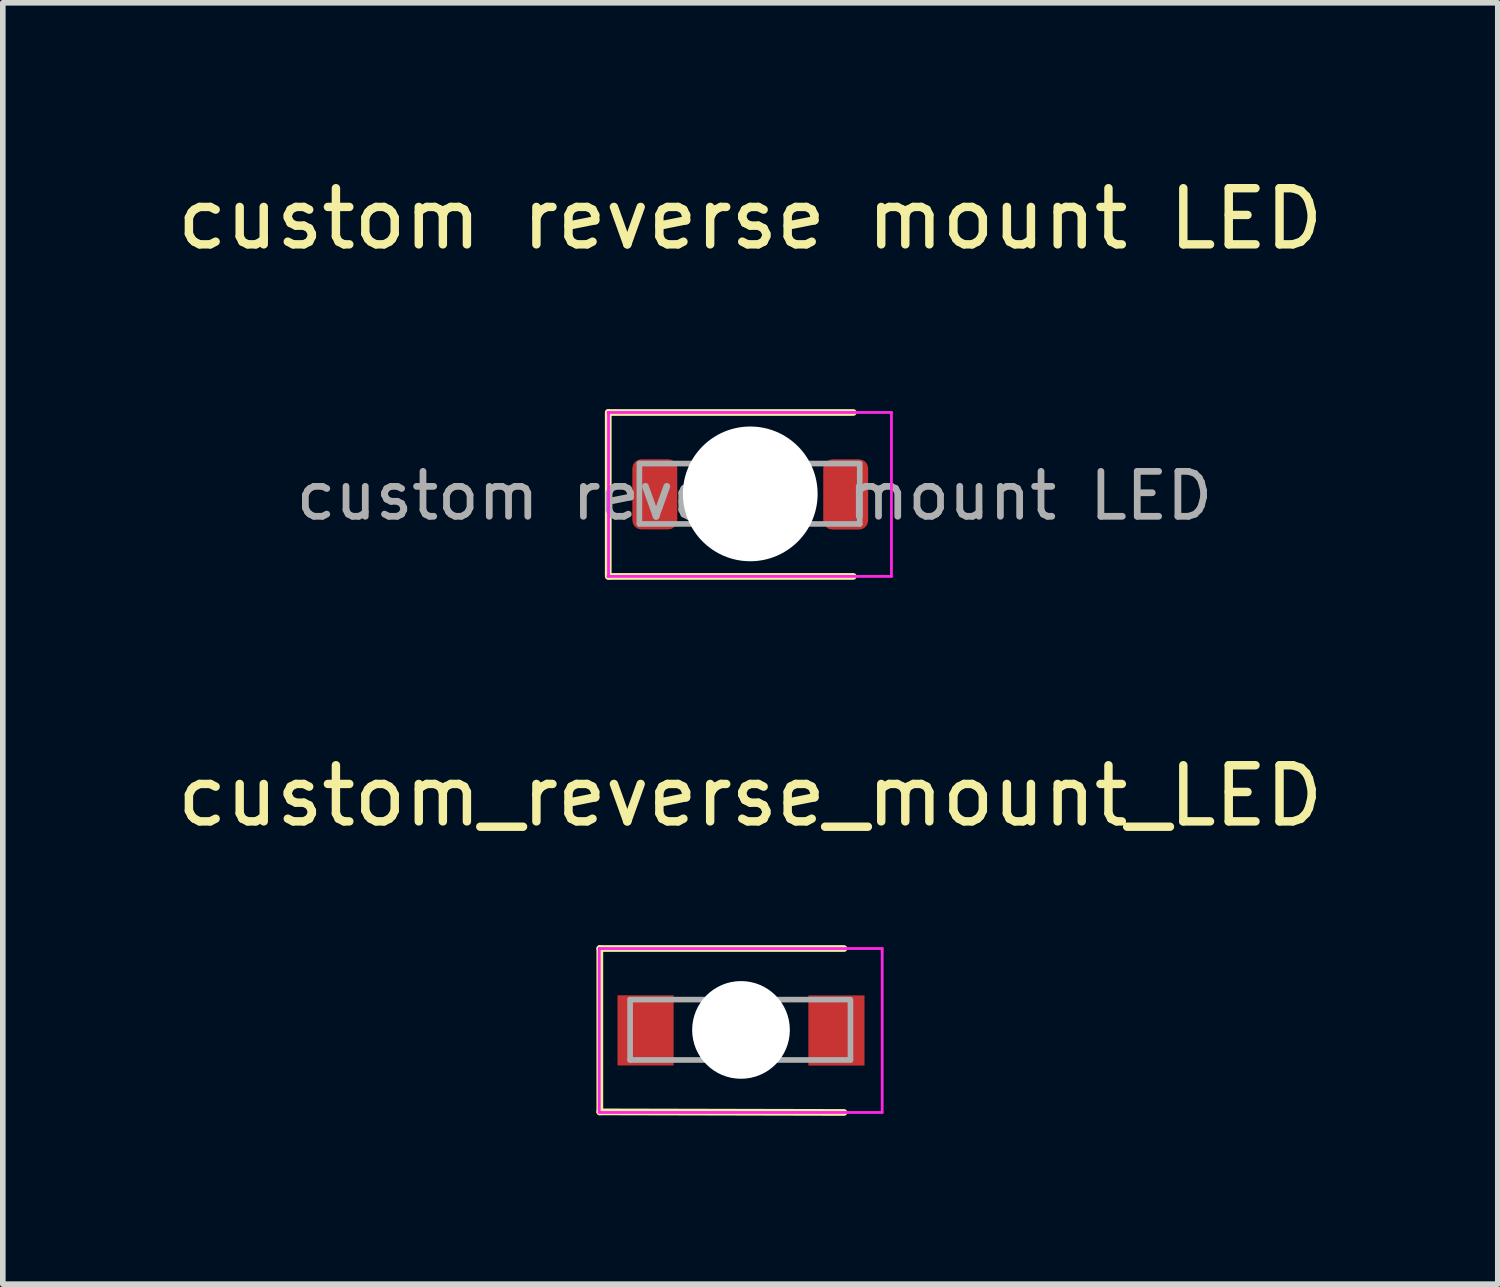
<source format=kicad_pcb>
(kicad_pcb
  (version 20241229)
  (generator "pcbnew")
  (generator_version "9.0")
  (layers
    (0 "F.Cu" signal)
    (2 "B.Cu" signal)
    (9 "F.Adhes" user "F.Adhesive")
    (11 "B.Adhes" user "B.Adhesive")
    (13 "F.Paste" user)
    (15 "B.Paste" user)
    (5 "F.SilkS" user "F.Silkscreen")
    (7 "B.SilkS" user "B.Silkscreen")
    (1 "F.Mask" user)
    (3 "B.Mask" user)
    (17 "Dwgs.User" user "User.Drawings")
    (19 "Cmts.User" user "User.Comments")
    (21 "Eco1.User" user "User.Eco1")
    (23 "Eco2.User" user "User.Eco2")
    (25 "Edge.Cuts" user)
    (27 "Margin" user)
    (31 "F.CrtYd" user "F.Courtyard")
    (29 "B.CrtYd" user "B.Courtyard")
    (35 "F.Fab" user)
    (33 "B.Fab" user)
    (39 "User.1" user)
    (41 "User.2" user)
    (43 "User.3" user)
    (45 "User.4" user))
  (footprint "custom reverse mount LED"
    (layer "F.Cu")
    (at 10.34 0.473)
    (property "Reference" "custom reverse mount LED" (at -0.025 0.375 0) (unlocked yes) (layer "F.SilkS") (effects (font (size 1 1) (thickness 0.15))))
    (fp_line (start -2.555 3.825) (end -2.555 6.745) (stroke (width 0.12) (type solid)) (layer "F.SilkS"))
    (fp_line (start -2.54 6.745) (end 1.81 6.745) (stroke (width 0.12) (type solid)) (layer "F.SilkS"))
    (fp_line (start 1.81 3.825) (end -2.55 3.825) (stroke (width 0.12) (type solid)) (layer "F.SilkS"))
    (fp_line (start -2.56 3.825) (end 2.49 3.825) (stroke (width 0.05) (type solid)) (layer "F.CrtYd"))
    (fp_line (start -2.55 6.745) (end -2.55 3.825) (stroke (width 0.05) (type solid)) (layer "F.CrtYd"))
    (fp_line (start 2.49 3.825) (end 2.49 6.745) (stroke (width 0.05) (type solid)) (layer "F.CrtYd"))
    (fp_line (start 2.49 6.745) (end -2.56 6.745) (stroke (width 0.05) (type solid)) (layer "F.CrtYd"))
    (fp_line (start -2 4.735) (end -2 5.81) (stroke (width 0.1) (type solid)) (layer "F.Fab"))
    (fp_line (start -2 5.81) (end 1.925 5.81) (stroke (width 0.1) (type solid)) (layer "F.Fab"))
    (fp_line (start 1.9 4.735) (end -2 4.735) (stroke (width 0.1) (type solid)) (layer "F.Fab"))
    (fp_line (start 1.925 5.81) (end 1.925 4.735) (stroke (width 0.1) (type solid)) (layer "F.Fab"))
    (fp_text user "${REFERENCE}" (at 0.05 5.31 0) (layer "F.Fab") (effects (font (size 0.8 0.8) (thickness 0.12))))
    (pad "" np_thru_hole circle (at -0.025 5.275) (size 2.4 2.4) (drill 2.4) (layers "*.Cu" "*.Mask"))
    (pad "1" smd roundrect (at -1.725 5.283) (size 0.8 1.25) (layers "F.Cu" "F.Mask" "F.Paste") (roundrect_rratio 0.2))
    (pad "2" smd roundrect (at 1.675 5.285) (size 0.8 1.25) (layers "F.Cu" "F.Mask" "F.Paste") (roundrect_rratio 0.2)))
  (footprint "custom_reverse_mount_LED"
    (layer "F.Cu")
    (at 10.315 11.627)
    (property "Reference" "custom_reverse_mount_LED" (at 0 -0.5 0) (unlocked yes) (layer "F.SilkS") (effects (font (size 1 1) (thickness 0.15))))
    (fp_line (start -2.68 2.22) (end -2.68 5.13) (stroke (width 0.12) (type solid)) (layer "F.SilkS"))
    (fp_line (start -2.68 5.13) (end 1.67 5.14) (stroke (width 0.12) (type solid)) (layer "F.SilkS"))
    (fp_line (start 1.67 2.22) (end -2.68 2.22) (stroke (width 0.12) (type solid)) (layer "F.SilkS"))
    (fp_line (start -2.69 2.22) (end 2.35 2.22) (stroke (width 0.05) (type solid)) (layer "F.CrtYd"))
    (fp_line (start -2.69 5.14) (end -2.69 2.22) (stroke (width 0.05) (type solid)) (layer "F.CrtYd"))
    (fp_line (start 2.35 2.22) (end 2.35 5.14) (stroke (width 0.05) (type solid)) (layer "F.CrtYd"))
    (fp_line (start 2.35 5.14) (end -2.69 5.14) (stroke (width 0.05) (type solid)) (layer "F.CrtYd"))
    (fp_line (start -2.14 3.13) (end -2.14 4.205) (stroke (width 0.1) (type solid)) (layer "F.Fab"))
    (fp_line (start -2.14 4.205) (end 1.785 4.205) (stroke (width 0.1) (type solid)) (layer "F.Fab"))
    (fp_line (start 1.76 3.13) (end -2.14 3.13) (stroke (width 0.1) (type solid)) (layer "F.Fab"))
    (fp_line (start 1.785 4.205) (end 1.785 3.13) (stroke (width 0.1) (type solid)) (layer "F.Fab"))
    (fp_text user "D4" (at -0.09 3.705 0) (layer "F.Fab") (effects (font (size 0.8 0.8) (thickness 0.12))))
    (pad "" np_thru_hole circle (at -0.165 3.67) (size 1.74 1.74) (drill 1.75) (layers "*.Cu" "*.Mask"))
    (pad "1" smd rect (at -1.865 3.678) (size 1 1.25) (layers "F.Cu" "F.Mask" "F.Paste"))
    (pad "2" smd rect (at 1.535 3.68) (size 1 1.25) (layers "F.Cu" "F.Mask" "F.Paste")))
  (gr_rect
    (start -3 -3)
    (end 23.631 19.826)
    (stroke (width 0.1) (type default))
    (fill no)
    (layer "Edge.Cuts")))
</source>
